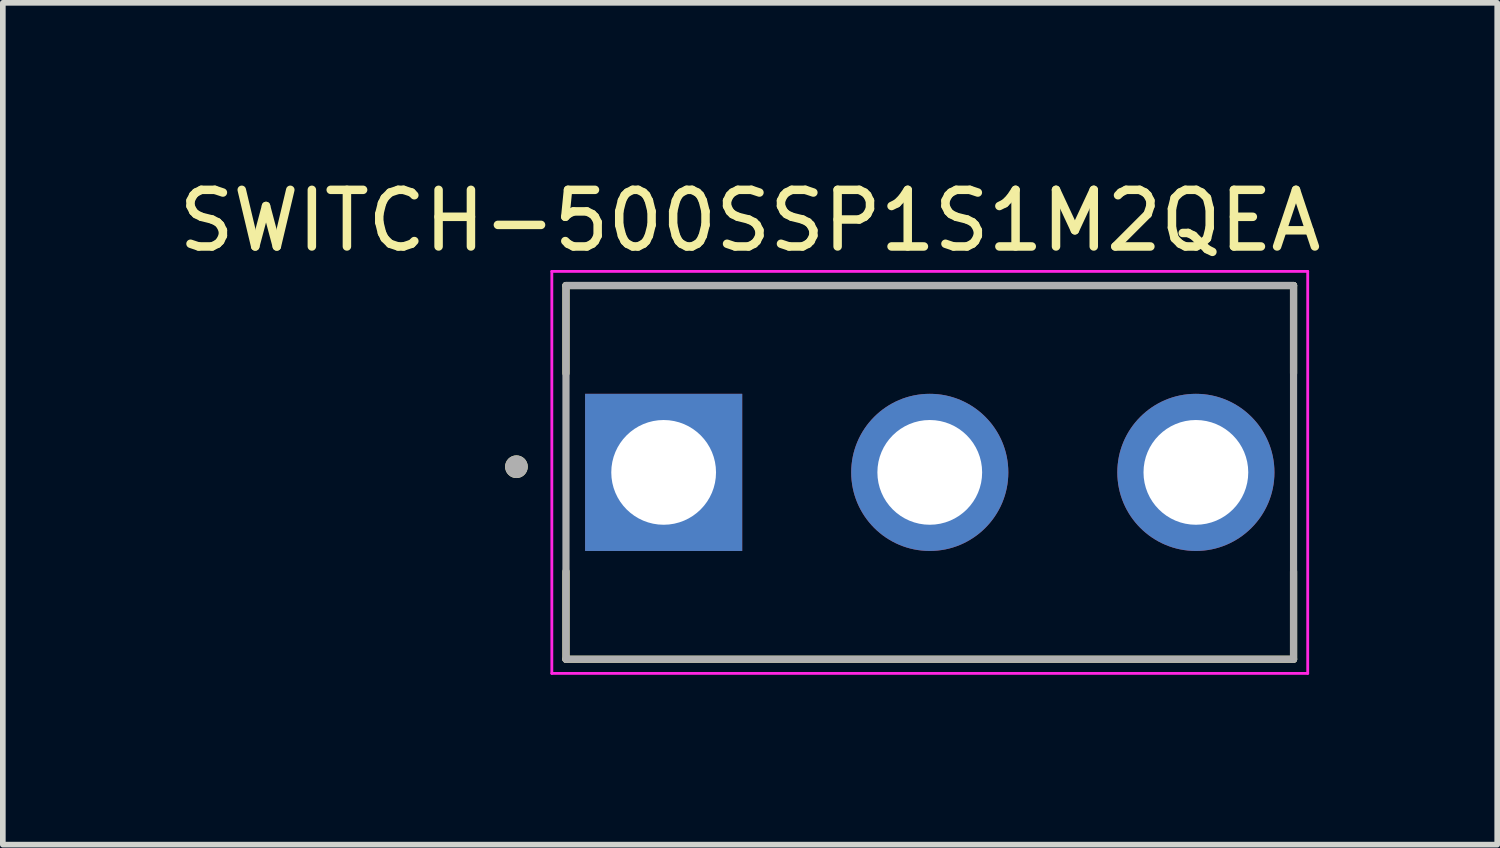
<source format=kicad_pcb>
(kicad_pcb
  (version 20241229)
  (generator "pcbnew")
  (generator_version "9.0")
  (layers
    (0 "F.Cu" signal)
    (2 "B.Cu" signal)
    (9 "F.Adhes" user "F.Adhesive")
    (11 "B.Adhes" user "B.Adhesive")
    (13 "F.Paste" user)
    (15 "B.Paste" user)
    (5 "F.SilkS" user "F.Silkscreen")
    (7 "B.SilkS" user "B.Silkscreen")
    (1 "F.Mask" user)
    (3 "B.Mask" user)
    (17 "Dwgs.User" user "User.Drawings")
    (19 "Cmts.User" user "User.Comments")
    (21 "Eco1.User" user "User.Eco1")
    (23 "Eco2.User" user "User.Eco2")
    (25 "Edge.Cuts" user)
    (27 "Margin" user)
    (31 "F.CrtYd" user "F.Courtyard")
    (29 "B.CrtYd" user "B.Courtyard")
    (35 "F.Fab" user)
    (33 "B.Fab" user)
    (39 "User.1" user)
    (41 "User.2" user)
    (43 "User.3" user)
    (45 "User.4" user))
  (footprint "SWITCH-500SSP1S1M2QEA"
    (layer "F.Cu")
    (at 13.371 5.293)
    (property "Reference" "SWITCH-500SSP1S1M2QEA" (at -3.175 -4.445 0) (layer "F.SilkS") (effects (font (size 1 1) (thickness 0.15))))
    (attr through_hole)
    (fp_line (start -6.425 -3.3) (end 6.425 -3.3) (stroke (width 0.127) (type solid)) (layer "F.SilkS"))
    (fp_line (start -6.425 -1.75) (end -6.425 -3.3) (stroke (width 0.127) (type solid)) (layer "F.SilkS"))
    (fp_line (start -6.425 3.3) (end -6.425 1.75) (stroke (width 0.127) (type solid)) (layer "F.SilkS"))
    (fp_line (start 6.425 -3.3) (end 6.425 -1.75) (stroke (width 0.127) (type solid)) (layer "F.SilkS"))
    (fp_line (start 6.425 1.75) (end 6.425 3.3) (stroke (width 0.127) (type solid)) (layer "F.SilkS"))
    (fp_line (start 6.425 3.3) (end -6.425 3.3) (stroke (width 0.127) (type solid)) (layer "F.SilkS"))
    (fp_circle (center -7.3 -0.1) (end -7.2 -0.1) (stroke (width 0.2) (type solid)) (fill no) (layer "F.SilkS"))
    (fp_line (start -6.675 -3.55) (end 6.675 -3.55) (stroke (width 0.05) (type solid)) (layer "F.CrtYd"))
    (fp_line (start -6.675 3.55) (end -6.675 -3.55) (stroke (width 0.05) (type solid)) (layer "F.CrtYd"))
    (fp_line (start 6.675 -3.55) (end 6.675 3.55) (stroke (width 0.05) (type solid)) (layer "F.CrtYd"))
    (fp_line (start 6.675 3.55) (end -6.675 3.55) (stroke (width 0.05) (type solid)) (layer "F.CrtYd"))
    (fp_line (start -6.425 -3.3) (end 6.425 -3.3) (stroke (width 0.127) (type solid)) (layer "F.Fab"))
    (fp_line (start -6.425 3.3) (end -6.425 -3.3) (stroke (width 0.127) (type solid)) (layer "F.Fab"))
    (fp_line (start 6.425 -3.3) (end 6.425 3.3) (stroke (width 0.127) (type solid)) (layer "F.Fab"))
    (fp_line (start 6.425 3.3) (end -6.425 3.3) (stroke (width 0.127) (type solid)) (layer "F.Fab"))
    (fp_circle (center -7.3 -0.1) (end -7.2 -0.1) (stroke (width 0.2) (type solid)) (fill no) (layer "F.Fab"))
    (pad "1" thru_hole rect (at -4.7 0) (size 2.775 2.775) (drill 1.85) (layers "*.Cu" "*.Mask"))
    (pad "2" thru_hole circle (at 0 0) (size 2.775 2.775) (drill 1.85) (layers "*.Cu" "*.Mask"))
    (pad "3" thru_hole circle (at 4.7 0) (size 2.775 2.775) (drill 1.85) (layers "*.Cu" "*.Mask")))
  (gr_rect
    (start -3 -3)
    (end 23.393 11.868)
    (stroke (width 0.1) (type default))
    (fill no)
    (layer "Edge.Cuts")))
</source>
